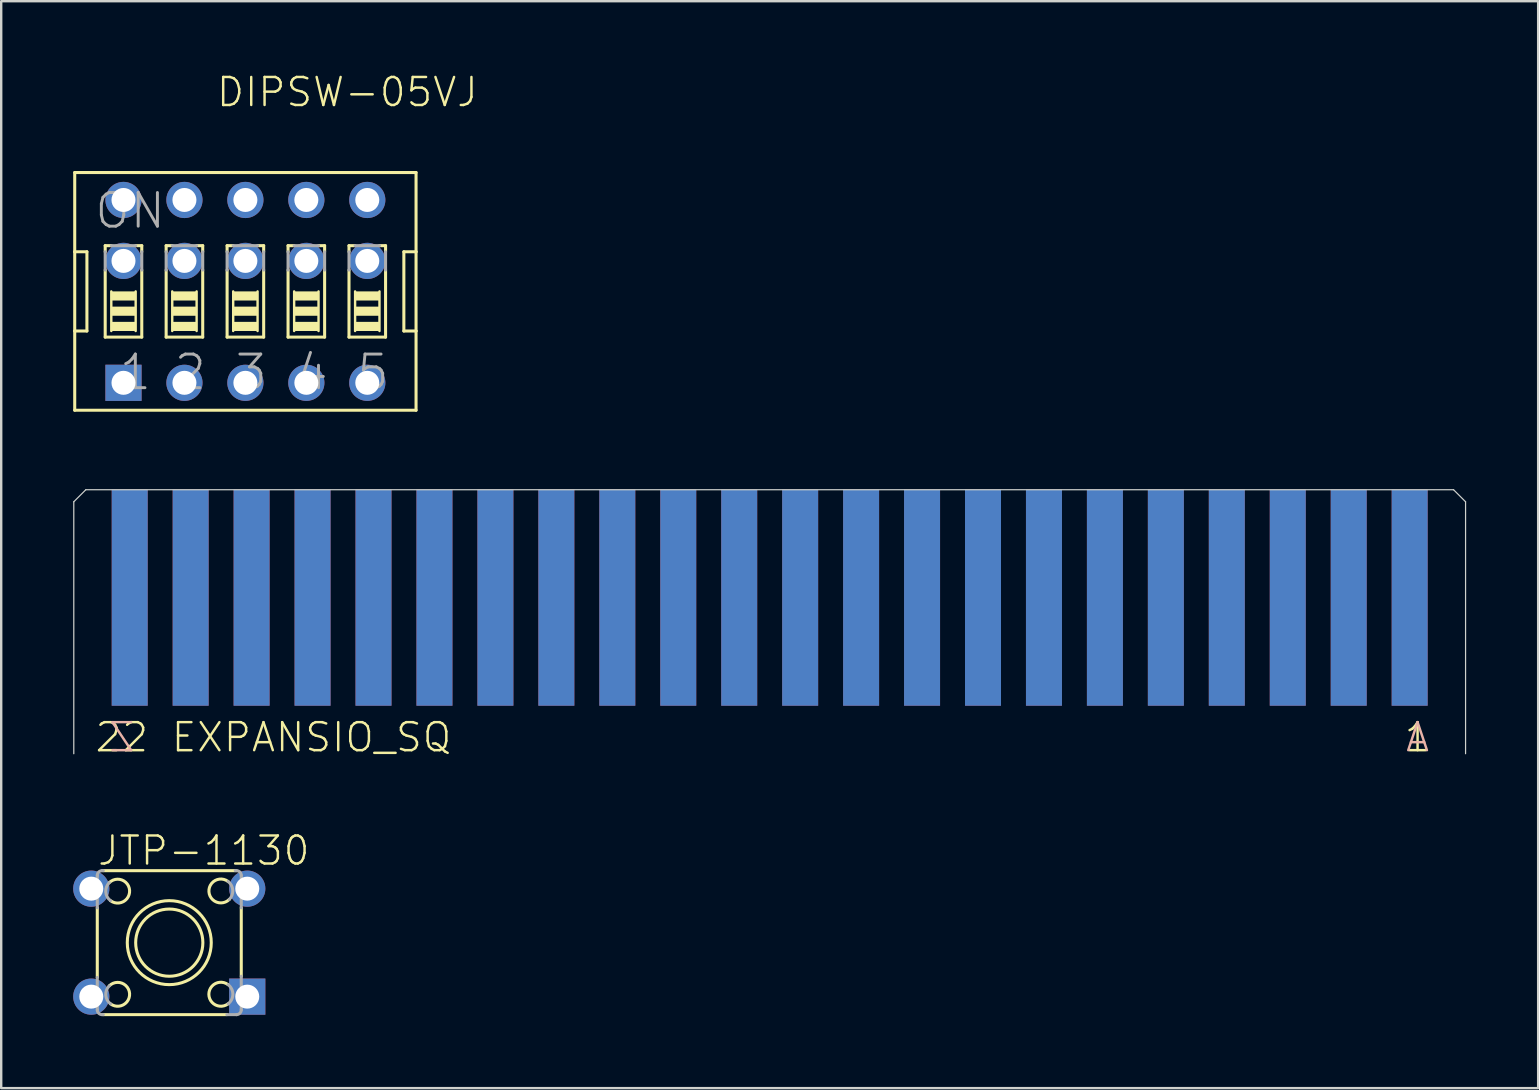
<source format=kicad_pcb>
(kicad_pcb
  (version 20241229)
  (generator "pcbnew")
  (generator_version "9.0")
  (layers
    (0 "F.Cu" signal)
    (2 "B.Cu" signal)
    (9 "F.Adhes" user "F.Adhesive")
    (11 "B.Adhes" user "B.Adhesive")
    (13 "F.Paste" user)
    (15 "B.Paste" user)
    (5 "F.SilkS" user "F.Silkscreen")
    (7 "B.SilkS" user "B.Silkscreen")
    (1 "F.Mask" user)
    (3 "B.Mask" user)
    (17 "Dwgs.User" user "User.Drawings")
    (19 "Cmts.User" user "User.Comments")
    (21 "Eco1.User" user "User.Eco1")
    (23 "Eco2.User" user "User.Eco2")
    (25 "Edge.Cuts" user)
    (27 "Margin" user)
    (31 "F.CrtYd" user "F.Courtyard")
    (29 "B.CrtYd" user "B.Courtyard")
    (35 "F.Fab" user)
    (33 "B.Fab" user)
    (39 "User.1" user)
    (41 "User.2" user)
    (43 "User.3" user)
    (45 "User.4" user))
  (footprint "JTP-1130"
    (layer "F.Cu")
    (at 4.004 36.233)
    (property "Reference" "JTP-1130" (at -3.05 -3.15 0) (layer "F.SilkS") (effects (font (size 1.168 1.168) (thickness 0.102)) (justify left bottom)))
    (fp_line (start -3 1.45) (end -3 -1.45) (stroke (width 0.127) (type solid)) (layer "F.SilkS"))
    (fp_line (start -2.75 -3) (end 2.75 -3) (stroke (width 0.127) (type solid)) (layer "F.SilkS"))
    (fp_line (start 2.4 3) (end -2.75 3) (stroke (width 0.127) (type solid)) (layer "F.SilkS"))
    (fp_line (start 3 -1.45) (end 3 1.4) (stroke (width 0.127) (type solid)) (layer "F.SilkS"))
    (fp_arc (start -2.5 -2.5) (mid -1.653373 -2.179775) (end -2.45 -1.749999) (stroke (width 0.127) (type solid)) (layer "F.SilkS"))
    (fp_arc (start -2.5 1.8) (mid -1.653374 2.120224) (end -2.449999 2.55) (stroke (width 0.127) (type solid)) (layer "F.SilkS"))
    (fp_arc (start 2.45 2.55) (mid 1.65 2.15) (end 2.45 1.75) (stroke (width 0.127) (type solid)) (layer "F.SilkS"))
    (fp_arc (start 2.5 -1.8) (mid 1.653374 -2.120224) (end 2.449999 -2.55) (stroke (width 0.127) (type solid)) (layer "F.SilkS"))
    (fp_circle (center 0 0) (end 1.4 0) (stroke (width 0.127) (type solid)) (fill no) (layer "F.SilkS"))
    (fp_circle (center 0 0) (end 1.75 0) (stroke (width 0.127) (type solid)) (fill no) (layer "F.SilkS"))
    (fp_line (start -3 -1.45) (end -3 -2.8) (stroke (width 0.127) (type solid)) (layer "F.Fab"))
    (fp_line (start -3 2.8) (end -3 1.45) (stroke (width 0.127) (type solid)) (layer "F.Fab"))
    (fp_line (start -2.8 -3) (end -2.75 -3) (stroke (width 0.127) (type solid)) (layer "F.Fab"))
    (fp_line (start -2.75 3) (end -2.8 3) (stroke (width 0.127) (type solid)) (layer "F.Fab"))
    (fp_line (start 2.75 -3) (end 2.8 -3) (stroke (width 0.127) (type solid)) (layer "F.Fab"))
    (fp_line (start 2.8 3) (end 2.4 3) (stroke (width 0.127) (type solid)) (layer "F.Fab"))
    (fp_line (start 3 -2.8) (end 3 -1.45) (stroke (width 0.127) (type solid)) (layer "F.Fab"))
    (fp_line (start 3 1.4) (end 3 2.8) (stroke (width 0.127) (type solid)) (layer "F.Fab"))
    (fp_arc (start -3 -2.8) (mid -2.941421 -2.941421) (end -2.8 -3) (stroke (width 0.127) (type solid)) (layer "F.Fab"))
    (fp_arc (start -2.8 3) (mid -2.941421 2.941421) (end -3 2.8) (stroke (width 0.127) (type solid)) (layer "F.Fab"))
    (fp_arc (start -2.45 -1.749999) (mid -2.646155 -2.113589) (end -2.5 -2.5) (stroke (width 0.127) (type solid)) (layer "F.Fab"))
    (fp_arc (start -2.449999 2.55) (mid -2.646154 2.18641) (end -2.5 1.8) (stroke (width 0.127) (type solid)) (layer "F.Fab"))
    (fp_arc (start 2.449999 -2.55) (mid 2.646154 -2.18641) (end 2.5 -1.8) (stroke (width 0.127) (type solid)) (layer "F.Fab"))
    (fp_arc (start 2.45 1.75) (mid 2.65 2.15) (end 2.45 2.55) (stroke (width 0.127) (type solid)) (layer "F.Fab"))
    (fp_arc (start 2.8 -3) (mid 2.941421 -2.941421) (end 3 -2.8) (stroke (width 0.127) (type solid)) (layer "F.Fab"))
    (fp_arc (start 3 2.8) (mid 2.941421 2.941421) (end 2.8 3) (stroke (width 0.127) (type solid)) (layer "F.Fab"))
    (fp_poly (pts (xy -3.5 -1.9) (xy -3 -1.9) (xy -3 -2.6) (xy -3.5 -2.6)) (stroke (width 0.1) (type default)) (fill no) (layer "F.Fab"))
    (fp_poly (pts (xy -3.5 2.6) (xy -3 2.6) (xy -3 1.9) (xy -3.5 1.9)) (stroke (width 0.1) (type default)) (fill no) (layer "F.Fab"))
    (fp_poly (pts (xy 3 -1.9) (xy 3.5 -1.9) (xy 3.5 -2.6) (xy 3 -2.6)) (stroke (width 0.1) (type default)) (fill no) (layer "F.Fab"))
    (fp_poly (pts (xy 3 2.6) (xy 3.5 2.6) (xy 3.5 1.9) (xy 3 1.9)) (stroke (width 0.1) (type default)) (fill no) (layer "F.Fab"))
    (pad "1" thru_hole rect (at 3.25 2.25) (size 1.508 1.508) (drill 1) (layers "*.Cu" "*.Mask"))
    (pad "2" thru_hole circle (at -3.25 2.25) (size 1.508 1.508) (drill 1) (layers "*.Cu" "*.Mask"))
    (pad "3" thru_hole circle (at 3.25 -2.25) (size 1.508 1.508) (drill 1) (layers "*.Cu" "*.Mask"))
    (pad "4" thru_hole circle (at -3.25 -2.25) (size 1.508 1.508) (drill 1) (layers "*.Cu" "*.Mask")))
  (footprint "DIPSW-05VJ"
    (layer "F.Cu")
    (at 7.176 9.093)
    (property "Reference" "DIPSW-05VJ" (at -1.27 -7.62 0) (layer "F.SilkS") (effects (font (size 1.168 1.168) (thickness 0.102)) (justify left bottom)))
    (fp_line (start -7.112 -4.953) (end -7.112 -1.651) (stroke (width 0.127) (type solid)) (layer "F.SilkS"))
    (fp_line (start -7.112 -1.651) (end -7.112 1.651) (stroke (width 0.127) (type solid)) (layer "F.SilkS"))
    (fp_line (start -7.112 1.651) (end -7.112 4.953) (stroke (width 0.127) (type solid)) (layer "F.SilkS"))
    (fp_line (start -7.112 1.651) (end -6.604 1.651) (stroke (width 0.127) (type solid)) (layer "F.SilkS"))
    (fp_line (start -7.112 4.953) (end 7.112 4.953) (stroke (width 0.127) (type solid)) (layer "F.SilkS"))
    (fp_line (start -6.604 -1.651) (end -7.112 -1.651) (stroke (width 0.127) (type solid)) (layer "F.SilkS"))
    (fp_line (start -6.604 1.651) (end -6.604 -1.651) (stroke (width 0.127) (type solid)) (layer "F.SilkS"))
    (fp_line (start -5.842 -1.905) (end -5.588 -1.905) (stroke (width 0.127) (type solid)) (layer "F.SilkS"))
    (fp_line (start -5.842 -1.651) (end -5.842 -1.905) (stroke (width 0.127) (type solid)) (layer "F.SilkS"))
    (fp_line (start -5.842 -0.889) (end -5.842 1.905) (stroke (width 0.127) (type solid)) (layer "F.SilkS"))
    (fp_line (start -5.588 0) (end -5.588 1.651) (stroke (width 0.1) (type solid)) (layer "F.SilkS"))
    (fp_line (start -4.572 -1.905) (end -4.318 -1.905) (stroke (width 0.127) (type solid)) (layer "F.SilkS"))
    (fp_line (start -4.572 0) (end -4.572 1.651) (stroke (width 0.1) (type solid)) (layer "F.SilkS"))
    (fp_line (start -4.318 -1.905) (end -4.318 -1.651) (stroke (width 0.127) (type solid)) (layer "F.SilkS"))
    (fp_line (start -4.318 1.905) (end -5.842 1.905) (stroke (width 0.127) (type solid)) (layer "F.SilkS"))
    (fp_line (start -4.318 1.905) (end -4.318 -0.889) (stroke (width 0.127) (type solid)) (layer "F.SilkS"))
    (fp_line (start -3.302 -1.905) (end -3.048 -1.905) (stroke (width 0.127) (type solid)) (layer "F.SilkS"))
    (fp_line (start -3.302 -1.651) (end -3.302 -1.905) (stroke (width 0.127) (type solid)) (layer "F.SilkS"))
    (fp_line (start -3.302 -0.889) (end -3.302 1.905) (stroke (width 0.127) (type solid)) (layer "F.SilkS"))
    (fp_line (start -3.048 0) (end -3.048 1.651) (stroke (width 0.1) (type solid)) (layer "F.SilkS"))
    (fp_line (start -2.032 -1.905) (end -1.778 -1.905) (stroke (width 0.127) (type solid)) (layer "F.SilkS"))
    (fp_line (start -2.032 0) (end -2.032 1.651) (stroke (width 0.1) (type solid)) (layer "F.SilkS"))
    (fp_line (start -1.778 -1.905) (end -1.778 -1.651) (stroke (width 0.127) (type solid)) (layer "F.SilkS"))
    (fp_line (start -1.778 1.905) (end -3.302 1.905) (stroke (width 0.127) (type solid)) (layer "F.SilkS"))
    (fp_line (start -1.778 1.905) (end -1.778 -0.889) (stroke (width 0.127) (type solid)) (layer "F.SilkS"))
    (fp_line (start -0.762 -1.905) (end -0.508 -1.905) (stroke (width 0.127) (type solid)) (layer "F.SilkS"))
    (fp_line (start -0.762 -1.651) (end -0.762 -1.905) (stroke (width 0.127) (type solid)) (layer "F.SilkS"))
    (fp_line (start -0.762 -0.889) (end -0.762 1.905) (stroke (width 0.127) (type solid)) (layer "F.SilkS"))
    (fp_line (start -0.508 0) (end -0.508 1.651) (stroke (width 0.1) (type solid)) (layer "F.SilkS"))
    (fp_line (start 0.508 -1.905) (end 0.762 -1.905) (stroke (width 0.127) (type solid)) (layer "F.SilkS"))
    (fp_line (start 0.508 0) (end 0.508 1.651) (stroke (width 0.1) (type solid)) (layer "F.SilkS"))
    (fp_line (start 0.762 -1.905) (end 0.762 -1.651) (stroke (width 0.127) (type solid)) (layer "F.SilkS"))
    (fp_line (start 0.762 1.905) (end -0.762 1.905) (stroke (width 0.127) (type solid)) (layer "F.SilkS"))
    (fp_line (start 0.762 1.905) (end 0.762 -0.889) (stroke (width 0.127) (type solid)) (layer "F.SilkS"))
    (fp_line (start 1.778 -1.905) (end 2.032 -1.905) (stroke (width 0.127) (type solid)) (layer "F.SilkS"))
    (fp_line (start 1.778 -1.651) (end 1.778 -1.905) (stroke (width 0.127) (type solid)) (layer "F.SilkS"))
    (fp_line (start 1.778 -0.889) (end 1.778 1.905) (stroke (width 0.127) (type solid)) (layer "F.SilkS"))
    (fp_line (start 2.032 0) (end 2.032 1.651) (stroke (width 0.1) (type solid)) (layer "F.SilkS"))
    (fp_line (start 3.048 -1.905) (end 3.302 -1.905) (stroke (width 0.127) (type solid)) (layer "F.SilkS"))
    (fp_line (start 3.048 0) (end 3.048 1.651) (stroke (width 0.1) (type solid)) (layer "F.SilkS"))
    (fp_line (start 3.302 -1.905) (end 3.302 -1.651) (stroke (width 0.127) (type solid)) (layer "F.SilkS"))
    (fp_line (start 3.302 1.905) (end 1.778 1.905) (stroke (width 0.127) (type solid)) (layer "F.SilkS"))
    (fp_line (start 3.302 1.905) (end 3.302 -0.889) (stroke (width 0.127) (type solid)) (layer "F.SilkS"))
    (fp_line (start 4.318 -1.905) (end 4.572 -1.905) (stroke (width 0.127) (type solid)) (layer "F.SilkS"))
    (fp_line (start 4.318 -1.651) (end 4.318 -1.905) (stroke (width 0.127) (type solid)) (layer "F.SilkS"))
    (fp_line (start 4.318 -0.889) (end 4.318 1.905) (stroke (width 0.127) (type solid)) (layer "F.SilkS"))
    (fp_line (start 4.572 0) (end 4.572 1.651) (stroke (width 0.1) (type solid)) (layer "F.SilkS"))
    (fp_line (start 5.588 -1.905) (end 5.842 -1.905) (stroke (width 0.127) (type solid)) (layer "F.SilkS"))
    (fp_line (start 5.588 0) (end 5.588 1.651) (stroke (width 0.1) (type solid)) (layer "F.SilkS"))
    (fp_line (start 5.842 -1.905) (end 5.842 -1.651) (stroke (width 0.127) (type solid)) (layer "F.SilkS"))
    (fp_line (start 5.842 1.905) (end 4.318 1.905) (stroke (width 0.127) (type solid)) (layer "F.SilkS"))
    (fp_line (start 5.842 1.905) (end 5.842 -0.889) (stroke (width 0.127) (type solid)) (layer "F.SilkS"))
    (fp_line (start 6.604 -1.651) (end 6.604 1.651) (stroke (width 0.127) (type solid)) (layer "F.SilkS"))
    (fp_line (start 6.604 1.651) (end 7.112 1.651) (stroke (width 0.127) (type solid)) (layer "F.SilkS"))
    (fp_line (start 7.112 -4.953) (end -7.112 -4.953) (stroke (width 0.127) (type solid)) (layer "F.SilkS"))
    (fp_line (start 7.112 -1.651) (end 6.604 -1.651) (stroke (width 0.127) (type solid)) (layer "F.SilkS"))
    (fp_line (start 7.112 -1.651) (end 7.112 -4.953) (stroke (width 0.127) (type solid)) (layer "F.SilkS"))
    (fp_line (start 7.112 1.651) (end 7.112 -1.651) (stroke (width 0.127) (type solid)) (layer "F.SilkS"))
    (fp_line (start 7.112 4.953) (end 7.112 1.651) (stroke (width 0.127) (type solid)) (layer "F.SilkS"))
    (fp_poly (pts (xy -5.588 0.381) (xy -4.572 0.381) (xy -4.572 0) (xy -5.588 0)) (stroke (width 0) (type default)) (fill yes) (layer "F.SilkS"))
    (fp_poly (pts (xy -5.588 1.016) (xy -4.572 1.016) (xy -4.572 0.635) (xy -5.588 0.635)) (stroke (width 0) (type default)) (fill yes) (layer "F.SilkS"))
    (fp_poly (pts (xy -5.588 1.651) (xy -4.572 1.651) (xy -4.572 1.27) (xy -5.588 1.27)) (stroke (width 0) (type default)) (fill yes) (layer "F.SilkS"))
    (fp_poly (pts (xy -3.048 0.381) (xy -2.032 0.381) (xy -2.032 0) (xy -3.048 0)) (stroke (width 0) (type default)) (fill yes) (layer "F.SilkS"))
    (fp_poly (pts (xy -3.048 1.016) (xy -2.032 1.016) (xy -2.032 0.635) (xy -3.048 0.635)) (stroke (width 0) (type default)) (fill yes) (layer "F.SilkS"))
    (fp_poly (pts (xy -3.048 1.651) (xy -2.032 1.651) (xy -2.032 1.27) (xy -3.048 1.27)) (stroke (width 0) (type default)) (fill yes) (layer "F.SilkS"))
    (fp_poly (pts (xy -0.508 0.381) (xy 0.508 0.381) (xy 0.508 0) (xy -0.508 0)) (stroke (width 0) (type default)) (fill yes) (layer "F.SilkS"))
    (fp_poly (pts (xy -0.508 1.016) (xy 0.508 1.016) (xy 0.508 0.635) (xy -0.508 0.635)) (stroke (width 0) (type default)) (fill yes) (layer "F.SilkS"))
    (fp_poly (pts (xy -0.508 1.651) (xy 0.508 1.651) (xy 0.508 1.27) (xy -0.508 1.27)) (stroke (width 0) (type default)) (fill yes) (layer "F.SilkS"))
    (fp_poly (pts (xy 2.032 0.381) (xy 3.048 0.381) (xy 3.048 0) (xy 2.032 0)) (stroke (width 0) (type default)) (fill yes) (layer "F.SilkS"))
    (fp_poly (pts (xy 2.032 1.016) (xy 3.048 1.016) (xy 3.048 0.635) (xy 2.032 0.635)) (stroke (width 0) (type default)) (fill yes) (layer "F.SilkS"))
    (fp_poly (pts (xy 2.032 1.651) (xy 3.048 1.651) (xy 3.048 1.27) (xy 2.032 1.27)) (stroke (width 0) (type default)) (fill yes) (layer "F.SilkS"))
    (fp_poly (pts (xy 4.572 0.381) (xy 5.588 0.381) (xy 5.588 0) (xy 4.572 0)) (stroke (width 0) (type default)) (fill yes) (layer "F.SilkS"))
    (fp_poly (pts (xy 4.572 1.016) (xy 5.588 1.016) (xy 5.588 0.635) (xy 4.572 0.635)) (stroke (width 0) (type default)) (fill yes) (layer "F.SilkS"))
    (fp_poly (pts (xy 4.572 1.651) (xy 5.588 1.651) (xy 5.588 1.27) (xy 4.572 1.27)) (stroke (width 0) (type default)) (fill yes) (layer "F.SilkS"))
    (fp_line (start -5.842 -1.651) (end -5.842 -0.889) (stroke (width 0.127) (type solid)) (layer "F.Fab"))
    (fp_line (start -5.588 -1.905) (end -4.572 -1.905) (stroke (width 0.127) (type solid)) (layer "F.Fab"))
    (fp_line (start -4.318 -1.651) (end -4.318 -0.889) (stroke (width 0.127) (type solid)) (layer "F.Fab"))
    (fp_line (start -3.302 -1.651) (end -3.302 -0.889) (stroke (width 0.127) (type solid)) (layer "F.Fab"))
    (fp_line (start -3.048 -1.905) (end -2.032 -1.905) (stroke (width 0.127) (type solid)) (layer "F.Fab"))
    (fp_line (start -1.778 -1.651) (end -1.778 -0.889) (stroke (width 0.127) (type solid)) (layer "F.Fab"))
    (fp_line (start -0.762 -1.651) (end -0.762 -0.889) (stroke (width 0.127) (type solid)) (layer "F.Fab"))
    (fp_line (start -0.508 -1.905) (end 0.508 -1.905) (stroke (width 0.127) (type solid)) (layer "F.Fab"))
    (fp_line (start 0.762 -1.651) (end 0.762 -0.889) (stroke (width 0.127) (type solid)) (layer "F.Fab"))
    (fp_line (start 1.778 -1.651) (end 1.778 -0.889) (stroke (width 0.127) (type solid)) (layer "F.Fab"))
    (fp_line (start 2.032 -1.905) (end 3.048 -1.905) (stroke (width 0.127) (type solid)) (layer "F.Fab"))
    (fp_line (start 3.302 -1.651) (end 3.302 -0.889) (stroke (width 0.127) (type solid)) (layer "F.Fab"))
    (fp_line (start 4.318 -1.651) (end 4.318 -0.889) (stroke (width 0.127) (type solid)) (layer "F.Fab"))
    (fp_line (start 4.572 -1.905) (end 5.588 -1.905) (stroke (width 0.127) (type solid)) (layer "F.Fab"))
    (fp_line (start 5.842 -1.651) (end 5.842 -0.889) (stroke (width 0.127) (type solid)) (layer "F.Fab"))
    (fp_text user "2" (at -3.048 4.191 0) (layer "F.Fab") (effects (font (size 1.402 1.402) (thickness 0.122)) (justify left bottom)))
    (fp_text user "5" (at 4.572 4.191 0) (layer "F.Fab") (effects (font (size 1.402 1.402) (thickness 0.122)) (justify left bottom)))
    (fp_text user "ON" (at -6.35 -2.54 0) (layer "F.Fab") (effects (font (size 1.402 1.402) (thickness 0.122)) (justify left bottom)))
    (fp_text user "3" (at -0.508 4.191 0) (layer "F.Fab") (effects (font (size 1.402 1.402) (thickness 0.122)) (justify left bottom)))
    (fp_text user "4" (at 2.032 4.191 0) (layer "F.Fab") (effects (font (size 1.402 1.402) (thickness 0.122)) (justify left bottom)))
    (fp_text user "1" (at -5.334 4.191 0) (layer "F.Fab") (effects (font (size 1.402 1.402) (thickness 0.122)) (justify left bottom)))
    (pad "1" thru_hole rect (at -5.08 3.81) (size 1.508 1.508) (drill 1) (layers "*.Cu" "*.Mask"))
    (pad "1J" thru_hole circle (at -5.08 -1.27) (size 1.508 1.508) (drill 1) (layers "*.Cu" "*.Mask"))
    (pad "2" thru_hole circle (at -2.54 3.81) (size 1.508 1.508) (drill 1) (layers "*.Cu" "*.Mask"))
    (pad "2J" thru_hole circle (at -2.54 -1.27) (size 1.508 1.508) (drill 1) (layers "*.Cu" "*.Mask"))
    (pad "3" thru_hole circle (at 0 3.81) (size 1.508 1.508) (drill 1) (layers "*.Cu" "*.Mask"))
    (pad "3J" thru_hole circle (at 0 -1.27) (size 1.508 1.508) (drill 1) (layers "*.Cu" "*.Mask"))
    (pad "4" thru_hole circle (at 2.54 3.81) (size 1.508 1.508) (drill 1) (layers "*.Cu" "*.Mask"))
    (pad "4J" thru_hole circle (at 2.54 -1.27) (size 1.508 1.508) (drill 1) (layers "*.Cu" "*.Mask"))
    (pad "5" thru_hole circle (at 5.08 3.81) (size 1.508 1.508) (drill 1) (layers "*.Cu" "*.Mask"))
    (pad "5J" thru_hole circle (at 5.08 -1.27) (size 1.508 1.508) (drill 1) (layers "*.Cu" "*.Mask"))
    (pad "6" thru_hole circle (at 5.08 -3.81) (size 1.508 1.508) (drill 1) (layers "*.Cu" "*.Mask"))
    (pad "7" thru_hole circle (at 2.54 -3.81) (size 1.508 1.508) (drill 1) (layers "*.Cu" "*.Mask"))
    (pad "8" thru_hole circle (at 0 -3.81) (size 1.508 1.508) (drill 1) (layers "*.Cu" "*.Mask"))
    (pad "9" thru_hole circle (at -2.54 -3.81) (size 1.508 1.508) (drill 1) (layers "*.Cu" "*.Mask"))
    (pad "10" thru_hole circle (at -5.08 -3.81) (size 1.508 1.508) (drill 1) (layers "*.Cu" "*.Mask")))
  (footprint "EXPANSIO_SQ"
    (layer "F.Cu")
    (at 29.025 17.36)
    (property "Reference" "EXPANSIO_SQ" (at -25 11 0) (layer "F.SilkS") (effects (font (size 1.168 1.168) (thickness 0.102)) (justify left bottom)))
    (fp_poly (pts (xy -29 9) (xy 29 9) (xy 29 0) (xy -29 0)) (stroke (width 0) (type default)) (fill yes) (layer "F.Mask"))
    (fp_poly (pts (xy -29 9) (xy 29 9) (xy 29 0) (xy -29 0)) (stroke (width 0) (type default)) (fill yes) (layer "B.Mask"))
    (fp_line (start -29 0.5) (end -29 11) (stroke (width 0.05) (type solid)) (layer "Edge.Cuts"))
    (fp_line (start -28.5 0) (end -29 0.5) (stroke (width 0.05) (type solid)) (layer "Edge.Cuts"))
    (fp_line (start -28.5 0) (end 28.5 0) (stroke (width 0.05) (type solid)) (layer "Edge.Cuts"))
    (fp_line (start 28.5 0) (end 29 0.5) (stroke (width 0.05) (type solid)) (layer "Edge.Cuts"))
    (fp_line (start 29 0.5) (end 29 11) (stroke (width 0.05) (type solid)) (layer "Edge.Cuts"))
    (fp_text user "22" (at -27 11 0) (layer "F.SilkS") (effects (font (size 1.168 1.168) (thickness 0.102)) (justify bottom)))
    (fp_text user "1" (at 27 11 0) (layer "F.SilkS") (effects (font (size 1.168 1.168) (thickness 0.102)) (justify bottom)))
    (fp_text user "Z" (at -27 11 0) (layer "B.SilkS") (effects (font (size 1.168 1.168) (thickness 0.102)) (justify bottom mirror)))
    (fp_text user "A" (at 27 11 0) (layer "B.SilkS") (effects (font (size 1.168 1.168) (thickness 0.102)) (justify bottom mirror)))
    (pad "1" smd rect (at 26.67 4.5) (size 1.5 9) (layers "F.Cu"))
    (pad "2" smd rect (at 24.13 4.5) (size 1.5 9) (layers "F.Cu"))
    (pad "3" smd rect (at 21.59 4.5) (size 1.5 9) (layers "F.Cu"))
    (pad "4" smd rect (at 19.05 4.5) (size 1.5 9) (layers "F.Cu"))
    (pad "5" smd rect (at 16.51 4.5) (size 1.5 9) (layers "F.Cu"))
    (pad "6" smd rect (at 13.97 4.5) (size 1.5 9) (layers "F.Cu"))
    (pad "7" smd rect (at 11.43 4.5) (size 1.5 9) (layers "F.Cu"))
    (pad "8" smd rect (at 8.89 4.5) (size 1.5 9) (layers "F.Cu"))
    (pad "9" smd rect (at 6.35 4.5) (size 1.5 9) (layers "F.Cu"))
    (pad "10" smd rect (at 3.81 4.5) (size 1.5 9) (layers "F.Cu"))
    (pad "11" smd rect (at 1.27 4.5) (size 1.5 9) (layers "F.Cu"))
    (pad "12" smd rect (at -1.27 4.5) (size 1.5 9) (layers "F.Cu"))
    (pad "13" smd rect (at -3.81 4.5) (size 1.5 9) (layers "F.Cu"))
    (pad "14" smd rect (at -6.35 4.5) (size 1.5 9) (layers "F.Cu"))
    (pad "15" smd rect (at -8.89 4.5) (size 1.5 9) (layers "F.Cu"))
    (pad "16" smd rect (at -11.43 4.5) (size 1.5 9) (layers "F.Cu"))
    (pad "17" smd rect (at -13.97 4.5) (size 1.5 9) (layers "F.Cu"))
    (pad "18" smd rect (at -16.51 4.5) (size 1.5 9) (layers "F.Cu"))
    (pad "19" smd rect (at -19.05 4.5) (size 1.5 9) (layers "F.Cu"))
    (pad "20" smd rect (at -21.59 4.5) (size 1.5 9) (layers "F.Cu"))
    (pad "21" smd rect (at -24.13 4.5) (size 1.5 9) (layers "F.Cu"))
    (pad "22" smd rect (at -26.67 4.5) (size 1.5 9) (layers "F.Cu"))
    (pad "A" smd rect (at 26.67 4.5) (size 1.5 9) (layers "B.Cu"))
    (pad "B" smd rect (at 24.13 4.5) (size 1.5 9) (layers "B.Cu"))
    (pad "C" smd rect (at 21.59 4.5) (size 1.5 9) (layers "B.Cu"))
    (pad "D" smd rect (at 19.05 4.5) (size 1.5 9) (layers "B.Cu"))
    (pad "E" smd rect (at 16.51 4.5) (size 1.5 9) (layers "B.Cu"))
    (pad "F" smd rect (at 13.97 4.5) (size 1.5 9) (layers "B.Cu"))
    (pad "H" smd rect (at 11.43 4.5) (size 1.5 9) (layers "B.Cu"))
    (pad "J" smd rect (at 8.89 4.5) (size 1.5 9) (layers "B.Cu"))
    (pad "K" smd rect (at 6.35 4.5) (size 1.5 9) (layers "B.Cu"))
    (pad "L" smd rect (at 3.81 4.5) (size 1.5 9) (layers "B.Cu"))
    (pad "M" smd rect (at 1.27 4.5) (size 1.5 9) (layers "B.Cu"))
    (pad "N" smd rect (at -1.27 4.5) (size 1.5 9) (layers "B.Cu"))
    (pad "P" smd rect (at -3.81 4.5) (size 1.5 9) (layers "B.Cu"))
    (pad "R" smd rect (at -6.35 4.5) (size 1.5 9) (layers "B.Cu"))
    (pad "S" smd rect (at -8.89 4.5) (size 1.5 9) (layers "B.Cu"))
    (pad "T" smd rect (at -11.43 4.5) (size 1.5 9) (layers "B.Cu"))
    (pad "U" smd rect (at -13.97 4.5) (size 1.5 9) (layers "B.Cu"))
    (pad "V" smd rect (at -16.51 4.5) (size 1.5 9) (layers "B.Cu"))
    (pad "W" smd rect (at -19.05 4.5) (size 1.5 9) (layers "B.Cu"))
    (pad "X" smd rect (at -21.59 4.5) (size 1.5 9) (layers "B.Cu"))
    (pad "Y" smd rect (at -24.13 4.5) (size 1.5 9) (layers "B.Cu"))
    (pad "Z" smd rect (at -26.67 4.5) (size 1.5 9) (layers "B.Cu")))
  (gr_rect
    (start -3 -3)
    (end 61.05 42.297)
    (stroke (width 0.1) (type default))
    (fill no)
    (layer "Edge.Cuts")))
</source>
